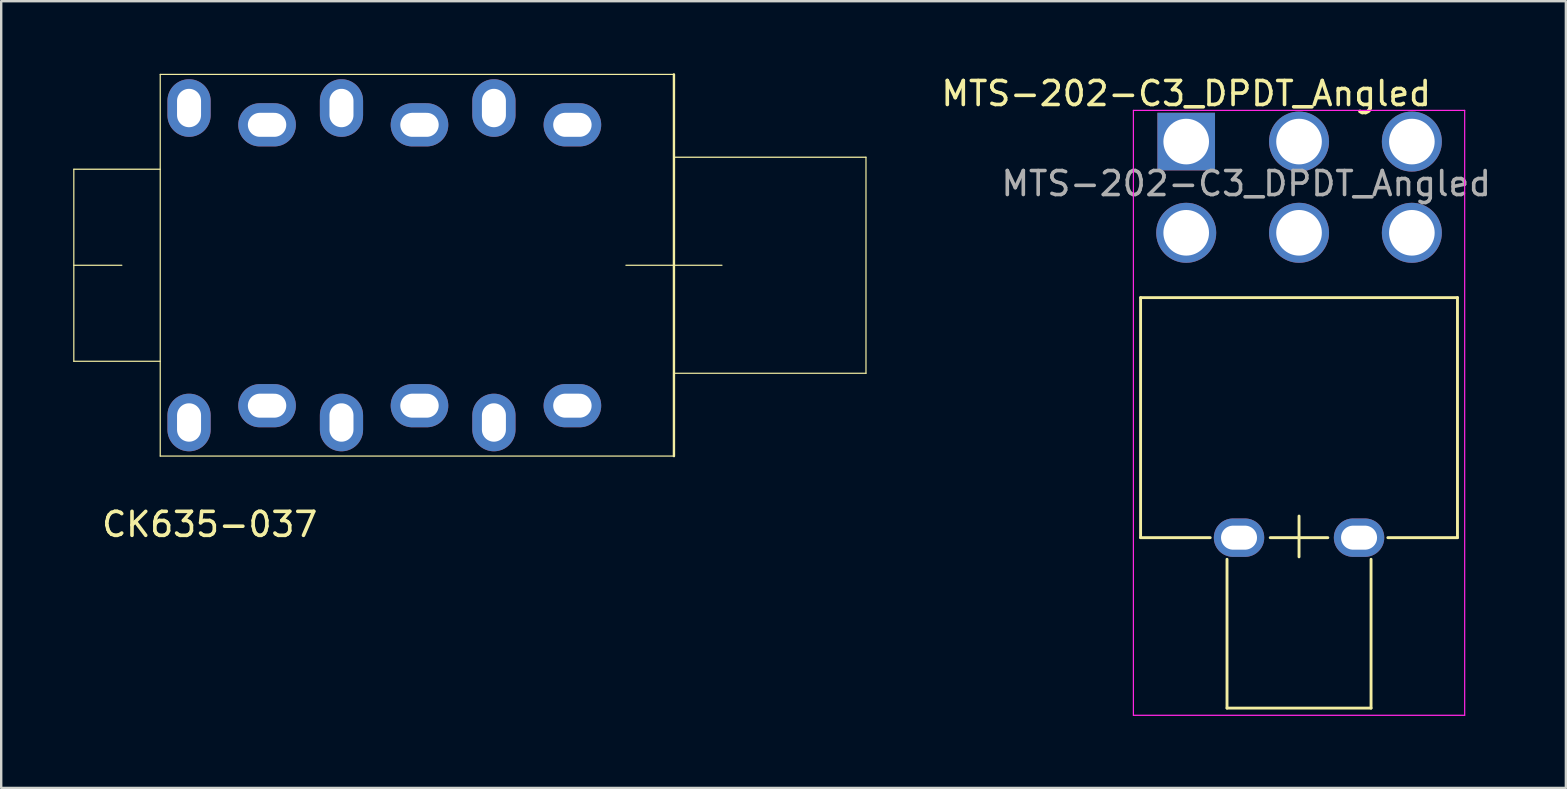
<source format=kicad_pcb>
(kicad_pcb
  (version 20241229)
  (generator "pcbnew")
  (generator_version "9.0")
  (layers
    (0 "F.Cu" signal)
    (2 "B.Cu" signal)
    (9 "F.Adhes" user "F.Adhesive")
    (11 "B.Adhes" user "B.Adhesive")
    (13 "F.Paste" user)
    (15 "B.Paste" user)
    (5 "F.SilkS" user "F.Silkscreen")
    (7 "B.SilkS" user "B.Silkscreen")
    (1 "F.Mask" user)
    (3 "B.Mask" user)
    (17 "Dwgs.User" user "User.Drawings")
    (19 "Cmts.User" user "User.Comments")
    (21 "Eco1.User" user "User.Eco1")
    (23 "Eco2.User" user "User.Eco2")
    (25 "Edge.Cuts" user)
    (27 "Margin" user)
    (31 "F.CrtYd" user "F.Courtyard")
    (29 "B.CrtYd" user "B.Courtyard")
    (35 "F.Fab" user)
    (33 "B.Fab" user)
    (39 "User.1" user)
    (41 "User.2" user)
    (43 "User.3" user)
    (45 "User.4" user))
  (footprint "CK635-037"
    (layer "F.Cu")
    (at 25.025 8)
    (property "Reference" "CK635-037" (at -19.338 10.796 0) (layer "F.SilkS") (effects (font (size 1 1) (thickness 0.15))))
    (attr through_hole)
    (fp_line (start -25 -4) (end -25 4) (stroke (width 0.05) (type solid)) (layer "F.SilkS"))
    (fp_line (start -25 -4) (end -21.4 -4) (stroke (width 0.05) (type solid)) (layer "F.SilkS"))
    (fp_line (start -25 0) (end -23 0) (stroke (width 0.05) (type solid)) (layer "F.SilkS"))
    (fp_line (start -25 4) (end -21.4 4) (stroke (width 0.05) (type solid)) (layer "F.SilkS"))
    (fp_line (start -21.4 -7.95) (end -21.4 7.95) (stroke (width 0.05) (type solid)) (layer "F.SilkS"))
    (fp_line (start -2 0) (end 2 0) (stroke (width 0.05) (type solid)) (layer "F.SilkS"))
    (fp_line (start 0 -7.95) (end -21.4 -7.95) (stroke (width 0.05) (type solid)) (layer "F.SilkS"))
    (fp_line (start 0 -7.95) (end 0 7.95) (stroke (width 0.1) (type solid)) (layer "F.SilkS"))
    (fp_line (start 0 7.95) (end -21.4 7.95) (stroke (width 0.05) (type solid)) (layer "F.SilkS"))
    (fp_line (start 8 -4.5) (end 0 -4.5) (stroke (width 0.05) (type solid)) (layer "F.SilkS"))
    (fp_line (start 8 -4.5) (end 8 4.5) (stroke (width 0.05) (type solid)) (layer "F.SilkS"))
    (fp_line (start 8 4.5) (end 0 4.5) (stroke (width 0.05) (type solid)) (layer "F.SilkS"))
    (pad "R1" thru_hole oval (at -10.6 -5.85) (size 2.4 1.8) (drill oval 1.6 1) (layers "*.Cu" "*.Mask"))
    (pad "R2" thru_hole oval (at -13.85 -6.55) (size 1.8 2.4) (drill oval 1 1.6) (layers "*.Cu" "*.Mask"))
    (pad "RN1" thru_hole oval (at -10.6 5.85) (size 2.4 1.8) (drill oval 1.6 1) (layers "*.Cu" "*.Mask"))
    (pad "RN2" thru_hole oval (at -13.85 6.55) (size 1.8 2.4) (drill oval 1 1.6) (layers "*.Cu" "*.Mask"))
    (pad "S1" thru_hole oval (at -4.23 -5.85) (size 2.4 1.8) (drill oval 1.6 1) (layers "*.Cu" "*.Mask"))
    (pad "S2" thru_hole oval (at -7.5 -6.55) (size 1.8 2.4) (drill oval 1 1.6) (layers "*.Cu" "*.Mask"))
    (pad "SN1" thru_hole oval (at -4.23 5.85) (size 2.4 1.8) (drill oval 1.6 1) (layers "*.Cu" "*.Mask"))
    (pad "SN2" thru_hole oval (at -7.5 6.55) (size 1.8 2.4) (drill oval 1 1.6) (layers "*.Cu" "*.Mask"))
    (pad "T1" thru_hole oval (at -16.95 -5.85) (size 2.4 1.8) (drill oval 1.6 1) (layers "*.Cu" "*.Mask"))
    (pad "T2" thru_hole oval (at -20.2 -6.55) (size 1.8 2.4) (drill oval 1 1.6) (layers "*.Cu" "*.Mask"))
    (pad "TN1" thru_hole oval (at -16.95 5.85) (size 2.4 1.8) (drill oval 1.6 1) (layers "*.Cu" "*.Mask"))
    (pad "TN2" thru_hole oval (at -20.2 6.55) (size 1.8 2.4) (drill oval 1 1.6) (layers "*.Cu" "*.Mask")))
  (footprint "MTS-202-C3_DPDT_Angled"
    (layer "F.Cu")
    (at 46.365 2.848)
    (property "Reference" "MTS-202-C3_DPDT_Angled" (at 0 -2 0) (layer "F.SilkS") (effects (font (size 1 1) (thickness 0.15))))
    (attr through_hole)
    (fp_line (start -1.9 6.5) (end 11.3 6.5) (stroke (width 0.12) (type solid)) (layer "F.SilkS"))
    (fp_line (start -1.9 16.5) (end -1.9 6.5) (stroke (width 0.12) (type solid)) (layer "F.SilkS"))
    (fp_line (start -1.9 16.5) (end 1 16.5) (stroke (width 0.12) (type solid)) (layer "F.SilkS"))
    (fp_line (start 1.7 17.4) (end 1.7 23.6) (stroke (width 0.12) (type solid)) (layer "F.SilkS"))
    (fp_line (start 1.7 23.6) (end 7.7 23.6) (stroke (width 0.12) (type solid)) (layer "F.SilkS"))
    (fp_line (start 3.5 16.5) (end 5.9 16.5) (stroke (width 0.12) (type solid)) (layer "F.SilkS"))
    (fp_line (start 4.7 15.6) (end 4.7 17.3) (stroke (width 0.12) (type solid)) (layer "F.SilkS"))
    (fp_line (start 7.7 17.4) (end 7.7 23.6) (stroke (width 0.12) (type solid)) (layer "F.SilkS"))
    (fp_line (start 8.4 16.5) (end 11.3 16.5) (stroke (width 0.12) (type solid)) (layer "F.SilkS"))
    (fp_line (start 11.3 6.5) (end 11.3 16.5) (stroke (width 0.12) (type solid)) (layer "F.SilkS"))
    (fp_line (start -2.2 -1.3) (end 11.6 -1.3) (stroke (width 0.05) (type solid)) (layer "F.CrtYd"))
    (fp_line (start -2.2 23.9) (end -2.2 -1.3) (stroke (width 0.05) (type solid)) (layer "F.CrtYd"))
    (fp_line (start 11.6 -1.3) (end 11.6 23.9) (stroke (width 0.05) (type solid)) (layer "F.CrtYd"))
    (fp_line (start 11.6 23.9) (end -2.2 23.9) (stroke (width 0.05) (type solid)) (layer "F.CrtYd"))
    (fp_text user "${REFERENCE}" (at 2.5 1.75 0) (layer "F.Fab") (effects (font (size 1 1) (thickness 0.15))))
    (pad "" thru_hole oval (at 2.2 16.5) (size 2.1 1.6) (drill oval 1.5 1) (layers "*.Cu" "*.Mask"))
    (pad "" thru_hole oval (at 7.2 16.5) (size 2.1 1.6) (drill oval 1.5 1) (layers "*.Cu" "*.Mask"))
    (pad "1" thru_hole rect (at 0 0) (size 2.4 2.4) (drill 1.9) (layers "*.Cu" "*.Mask"))
    (pad "2" thru_hole circle (at 4.7 0) (size 2.5 2.5) (drill 1.9) (layers "*.Cu" "*.Mask"))
    (pad "3" thru_hole circle (at 9.4 0) (size 2.5 2.5) (drill 1.9) (layers "*.Cu" "*.Mask"))
    (pad "4" thru_hole circle (at 0 3.8) (size 2.5 2.5) (drill 1.9) (layers "*.Cu" "*.Mask"))
    (pad "5" thru_hole circle (at 4.7 3.8) (size 2.5 2.5) (drill 1.9) (layers "*.Cu" "*.Mask"))
    (pad "6" thru_hole circle (at 9.4 3.8) (size 2.5 2.5) (drill 1.9) (layers "*.Cu" "*.Mask")))
  (gr_rect
    (start -3 -3)
    (end 62.181 29.773)
    (stroke (width 0.1) (type default))
    (fill no)
    (layer "Edge.Cuts")))
</source>
